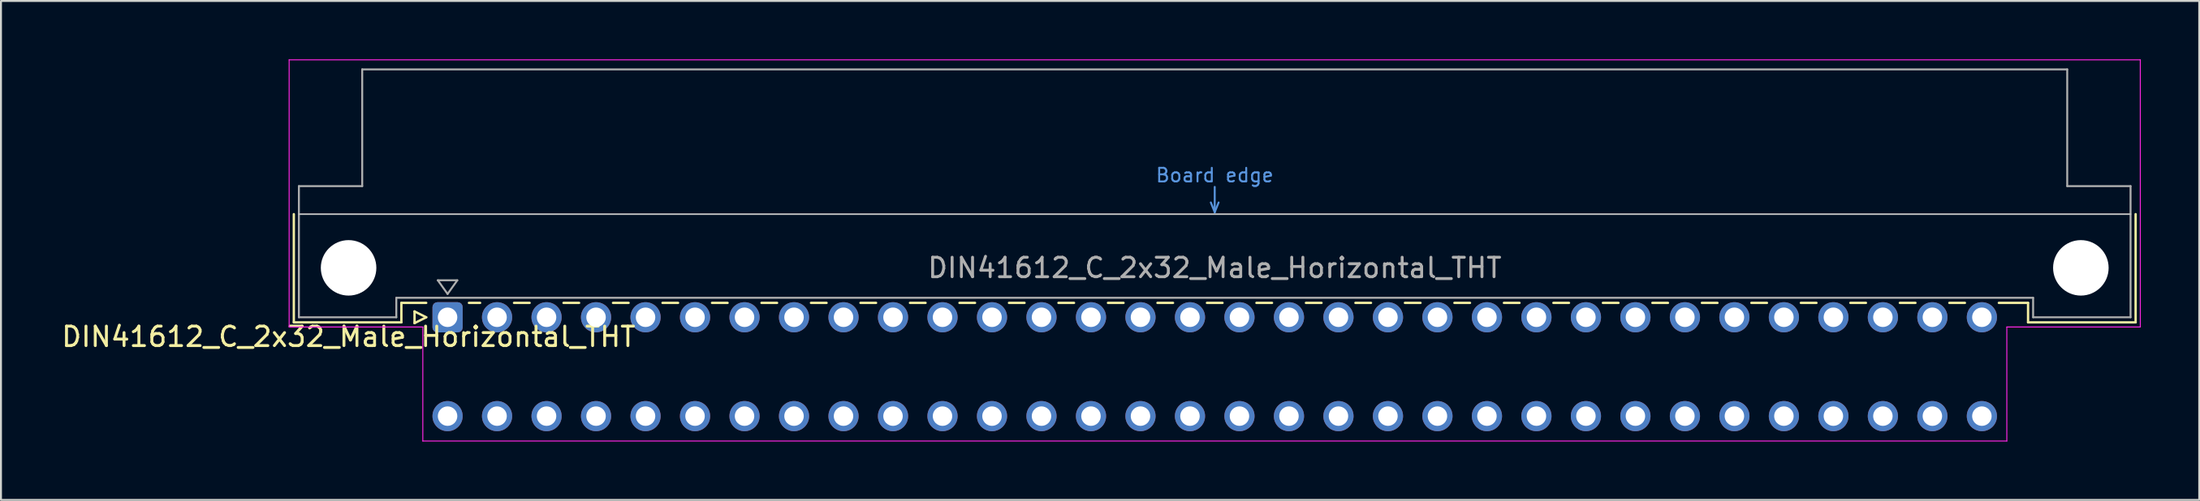
<source format=kicad_pcb>
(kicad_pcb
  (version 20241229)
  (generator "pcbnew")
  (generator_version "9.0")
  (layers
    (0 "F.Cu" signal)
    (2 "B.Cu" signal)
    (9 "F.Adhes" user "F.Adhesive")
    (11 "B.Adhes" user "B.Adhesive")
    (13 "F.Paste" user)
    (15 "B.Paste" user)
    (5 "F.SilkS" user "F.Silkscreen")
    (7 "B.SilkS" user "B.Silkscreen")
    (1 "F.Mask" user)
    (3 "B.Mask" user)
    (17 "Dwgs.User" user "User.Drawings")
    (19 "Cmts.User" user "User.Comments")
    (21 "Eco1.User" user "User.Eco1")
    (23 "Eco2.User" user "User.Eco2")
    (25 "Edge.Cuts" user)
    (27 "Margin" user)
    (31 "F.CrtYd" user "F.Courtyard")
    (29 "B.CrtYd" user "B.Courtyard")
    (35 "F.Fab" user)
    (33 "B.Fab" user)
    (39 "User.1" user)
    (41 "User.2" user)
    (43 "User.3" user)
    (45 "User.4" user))
  (footprint "DIN41612_C_2x32_Male_Horizontal_THT"
    (layer "F.Cu")
    (at 19.919 13.255)
    (property "Reference" "DIN41612_C_2x32_Male_Horizontal_THT" (at -5.08 1 0) (layer "F.SilkS") (effects (font (size 1 1) (thickness 0.15))))
    (attr through_hole)
    (fp_line (start -7.89 -5.3) (end -7.89 0.26) (stroke (width 0.12) (type solid)) (layer "F.SilkS"))
    (fp_line (start -7.89 0.26) (end -2.37 0.26) (stroke (width 0.12) (type solid)) (layer "F.SilkS"))
    (fp_line (start -2.371 -0.74) (end -1.095 -0.74) (stroke (width 0.12) (type solid)) (layer "F.SilkS"))
    (fp_line (start -2.37 0.26) (end -2.37 -0.74) (stroke (width 0.12) (type solid)) (layer "F.SilkS"))
    (fp_line (start -1.695 -0.3) (end -1.695 0.3) (stroke (width 0.12) (type solid)) (layer "F.SilkS"))
    (fp_line (start -1.695 0.3) (end -1.095 0) (stroke (width 0.12) (type solid)) (layer "F.SilkS"))
    (fp_line (start -1.095 0) (end -1.695 -0.3) (stroke (width 0.12) (type solid)) (layer "F.SilkS"))
    (fp_line (start 1.095 -0.74) (end 1.671 -0.74) (stroke (width 0.12) (type solid)) (layer "F.SilkS"))
    (fp_line (start 3.41 -0.74) (end 4.211 -0.74) (stroke (width 0.12) (type solid)) (layer "F.SilkS"))
    (fp_line (start 5.95 -0.74) (end 6.751 -0.74) (stroke (width 0.12) (type solid)) (layer "F.SilkS"))
    (fp_line (start 8.49 -0.74) (end 9.291 -0.74) (stroke (width 0.12) (type solid)) (layer "F.SilkS"))
    (fp_line (start 11.03 -0.74) (end 11.831 -0.74) (stroke (width 0.12) (type solid)) (layer "F.SilkS"))
    (fp_line (start 13.57 -0.74) (end 14.371 -0.74) (stroke (width 0.12) (type solid)) (layer "F.SilkS"))
    (fp_line (start 16.11 -0.74) (end 16.911 -0.74) (stroke (width 0.12) (type solid)) (layer "F.SilkS"))
    (fp_line (start 18.65 -0.74) (end 19.451 -0.74) (stroke (width 0.12) (type solid)) (layer "F.SilkS"))
    (fp_line (start 21.19 -0.74) (end 21.991 -0.74) (stroke (width 0.12) (type solid)) (layer "F.SilkS"))
    (fp_line (start 23.73 -0.74) (end 24.531 -0.74) (stroke (width 0.12) (type solid)) (layer "F.SilkS"))
    (fp_line (start 26.27 -0.74) (end 27.071 -0.74) (stroke (width 0.12) (type solid)) (layer "F.SilkS"))
    (fp_line (start 28.81 -0.74) (end 29.611 -0.74) (stroke (width 0.12) (type solid)) (layer "F.SilkS"))
    (fp_line (start 31.35 -0.74) (end 32.151 -0.74) (stroke (width 0.12) (type solid)) (layer "F.SilkS"))
    (fp_line (start 33.89 -0.74) (end 34.691 -0.74) (stroke (width 0.12) (type solid)) (layer "F.SilkS"))
    (fp_line (start 36.43 -0.74) (end 37.231 -0.74) (stroke (width 0.12) (type solid)) (layer "F.SilkS"))
    (fp_line (start 38.97 -0.74) (end 39.771 -0.74) (stroke (width 0.12) (type solid)) (layer "F.SilkS"))
    (fp_line (start 41.51 -0.74) (end 42.311 -0.74) (stroke (width 0.12) (type solid)) (layer "F.SilkS"))
    (fp_line (start 44.05 -0.74) (end 44.851 -0.74) (stroke (width 0.12) (type solid)) (layer "F.SilkS"))
    (fp_line (start 46.59 -0.74) (end 47.391 -0.74) (stroke (width 0.12) (type solid)) (layer "F.SilkS"))
    (fp_line (start 49.13 -0.74) (end 49.931 -0.74) (stroke (width 0.12) (type solid)) (layer "F.SilkS"))
    (fp_line (start 51.67 -0.74) (end 52.471 -0.74) (stroke (width 0.12) (type solid)) (layer "F.SilkS"))
    (fp_line (start 54.21 -0.74) (end 55.011 -0.74) (stroke (width 0.12) (type solid)) (layer "F.SilkS"))
    (fp_line (start 56.75 -0.74) (end 57.551 -0.74) (stroke (width 0.12) (type solid)) (layer "F.SilkS"))
    (fp_line (start 59.29 -0.74) (end 60.091 -0.74) (stroke (width 0.12) (type solid)) (layer "F.SilkS"))
    (fp_line (start 61.83 -0.74) (end 62.631 -0.74) (stroke (width 0.12) (type solid)) (layer "F.SilkS"))
    (fp_line (start 64.37 -0.74) (end 65.171 -0.74) (stroke (width 0.12) (type solid)) (layer "F.SilkS"))
    (fp_line (start 66.91 -0.74) (end 67.711 -0.74) (stroke (width 0.12) (type solid)) (layer "F.SilkS"))
    (fp_line (start 69.45 -0.74) (end 70.251 -0.74) (stroke (width 0.12) (type solid)) (layer "F.SilkS"))
    (fp_line (start 71.99 -0.74) (end 72.791 -0.74) (stroke (width 0.12) (type solid)) (layer "F.SilkS"))
    (fp_line (start 74.53 -0.74) (end 75.331 -0.74) (stroke (width 0.12) (type solid)) (layer "F.SilkS"))
    (fp_line (start 77.07 -0.74) (end 77.871 -0.74) (stroke (width 0.12) (type solid)) (layer "F.SilkS"))
    (fp_line (start 79.61 -0.74) (end 81.11 -0.74) (stroke (width 0.12) (type solid)) (layer "F.SilkS"))
    (fp_line (start 81.11 0.26) (end 81.11 -0.74) (stroke (width 0.12) (type solid)) (layer "F.SilkS"))
    (fp_line (start 86.63 -5.3) (end 86.63 0.26) (stroke (width 0.12) (type solid)) (layer "F.SilkS"))
    (fp_line (start 86.63 0.26) (end 81.11 0.26) (stroke (width 0.12) (type solid)) (layer "F.SilkS"))
    (fp_line (start -7.63 -5.3) (end 86.37 -5.3) (stroke (width 0.08) (type solid)) (layer "Dwgs.User"))
    (fp_line (start 39.17 -5.9) (end 39.37 -5.4) (stroke (width 0.1) (type solid)) (layer "Cmts.User"))
    (fp_line (start 39.37 -5.4) (end 39.37 -6.7) (stroke (width 0.1) (type solid)) (layer "Cmts.User"))
    (fp_line (start 39.37 -5.4) (end 39.57 -5.9) (stroke (width 0.1) (type solid)) (layer "Cmts.User"))
    (fp_line (start -8.13 -13.23) (end -8.13 0.5) (stroke (width 0.05) (type solid)) (layer "F.CrtYd"))
    (fp_line (start -8.13 0.5) (end -1.27 0.5) (stroke (width 0.05) (type solid)) (layer "F.CrtYd"))
    (fp_line (start -1.27 0.5) (end -1.27 6.36) (stroke (width 0.05) (type solid)) (layer "F.CrtYd"))
    (fp_line (start -1.27 6.36) (end 80.02 6.36) (stroke (width 0.05) (type solid)) (layer "F.CrtYd"))
    (fp_line (start 80.02 0.5) (end 86.87 0.5) (stroke (width 0.05) (type solid)) (layer "F.CrtYd"))
    (fp_line (start 80.02 6.36) (end 80.02 0.5) (stroke (width 0.05) (type solid)) (layer "F.CrtYd"))
    (fp_line (start 86.87 -13.23) (end -8.13 -13.23) (stroke (width 0.05) (type solid)) (layer "F.CrtYd"))
    (fp_line (start 86.87 0.5) (end 86.87 -13.23) (stroke (width 0.05) (type solid)) (layer "F.CrtYd"))
    (fp_line (start -7.63 -6.74) (end -7.63 0) (stroke (width 0.1) (type solid)) (layer "F.Fab"))
    (fp_line (start -7.63 0) (end -2.63 0) (stroke (width 0.1) (type solid)) (layer "F.Fab"))
    (fp_line (start -4.38 -12.74) (end -4.38 -6.74) (stroke (width 0.1) (type solid)) (layer "F.Fab"))
    (fp_line (start -4.38 -6.74) (end -7.63 -6.74) (stroke (width 0.1) (type solid)) (layer "F.Fab"))
    (fp_line (start -2.63 -1) (end 81.37 -1) (stroke (width 0.1) (type solid)) (layer "F.Fab"))
    (fp_line (start -2.63 0) (end -2.63 -1) (stroke (width 0.1) (type solid)) (layer "F.Fab"))
    (fp_line (start -0.5 -1.9) (end 0.5 -1.9) (stroke (width 0.1) (type solid)) (layer "F.Fab"))
    (fp_line (start 0 -1.2) (end -0.5 -1.9) (stroke (width 0.1) (type solid)) (layer "F.Fab"))
    (fp_line (start 0.5 -1.9) (end 0 -1.2) (stroke (width 0.1) (type solid)) (layer "F.Fab"))
    (fp_line (start 81.37 -1) (end 81.37 0) (stroke (width 0.1) (type solid)) (layer "F.Fab"))
    (fp_line (start 81.37 0) (end 86.37 0) (stroke (width 0.1) (type solid)) (layer "F.Fab"))
    (fp_line (start 83.12 -12.74) (end -4.38 -12.74) (stroke (width 0.1) (type solid)) (layer "F.Fab"))
    (fp_line (start 83.12 -6.74) (end 83.12 -12.74) (stroke (width 0.1) (type solid)) (layer "F.Fab"))
    (fp_line (start 86.37 -6.74) (end 83.12 -6.74) (stroke (width 0.1) (type solid)) (layer "F.Fab"))
    (fp_line (start 86.37 0) (end 86.37 -6.74) (stroke (width 0.1) (type solid)) (layer "F.Fab"))
    (fp_text user "Board edge" (at 39.37 -7.3 0) (layer "Cmts.User") (effects (font (size 0.7 0.7) (thickness 0.1))))
    (fp_text user "${REFERENCE}" (at 39.37 -2.54 0) (layer "F.Fab") (effects (font (size 1 1) (thickness 0.15))))
    (pad "" np_thru_hole circle (at -5.08 -2.54) (size 2.85 2.85) (drill 2.85) (layers "*.Cu" "*.Mask"))
    (pad "" np_thru_hole circle (at 83.82 -2.54) (size 2.85 2.85) (drill 2.85) (layers "*.Cu" "*.Mask"))
    (pad "a1" thru_hole roundrect (at 0 0) (size 1.55 1.55) (drill 1) (layers "*.Cu" "*.Mask") (roundrect_rratio 0.161))
    (pad "a2" thru_hole circle (at 2.54 0) (size 1.55 1.55) (drill 1) (layers "*.Cu" "*.Mask"))
    (pad "a3" thru_hole circle (at 5.08 0) (size 1.55 1.55) (drill 1) (layers "*.Cu" "*.Mask"))
    (pad "a4" thru_hole circle (at 7.62 0) (size 1.55 1.55) (drill 1) (layers "*.Cu" "*.Mask"))
    (pad "a5" thru_hole circle (at 10.16 0) (size 1.55 1.55) (drill 1) (layers "*.Cu" "*.Mask"))
    (pad "a6" thru_hole circle (at 12.7 0) (size 1.55 1.55) (drill 1) (layers "*.Cu" "*.Mask"))
    (pad "a7" thru_hole circle (at 15.24 0) (size 1.55 1.55) (drill 1) (layers "*.Cu" "*.Mask"))
    (pad "a8" thru_hole circle (at 17.78 0) (size 1.55 1.55) (drill 1) (layers "*.Cu" "*.Mask"))
    (pad "a9" thru_hole circle (at 20.32 0) (size 1.55 1.55) (drill 1) (layers "*.Cu" "*.Mask"))
    (pad "a10" thru_hole circle (at 22.86 0) (size 1.55 1.55) (drill 1) (layers "*.Cu" "*.Mask"))
    (pad "a11" thru_hole circle (at 25.4 0) (size 1.55 1.55) (drill 1) (layers "*.Cu" "*.Mask"))
    (pad "a12" thru_hole circle (at 27.94 0) (size 1.55 1.55) (drill 1) (layers "*.Cu" "*.Mask"))
    (pad "a13" thru_hole circle (at 30.48 0) (size 1.55 1.55) (drill 1) (layers "*.Cu" "*.Mask"))
    (pad "a14" thru_hole circle (at 33.02 0) (size 1.55 1.55) (drill 1) (layers "*.Cu" "*.Mask"))
    (pad "a15" thru_hole circle (at 35.56 0) (size 1.55 1.55) (drill 1) (layers "*.Cu" "*.Mask"))
    (pad "a16" thru_hole circle (at 38.1 0) (size 1.55 1.55) (drill 1) (layers "*.Cu" "*.Mask"))
    (pad "a17" thru_hole circle (at 40.64 0) (size 1.55 1.55) (drill 1) (layers "*.Cu" "*.Mask"))
    (pad "a18" thru_hole circle (at 43.18 0) (size 1.55 1.55) (drill 1) (layers "*.Cu" "*.Mask"))
    (pad "a19" thru_hole circle (at 45.72 0) (size 1.55 1.55) (drill 1) (layers "*.Cu" "*.Mask"))
    (pad "a20" thru_hole circle (at 48.26 0) (size 1.55 1.55) (drill 1) (layers "*.Cu" "*.Mask"))
    (pad "a21" thru_hole circle (at 50.8 0) (size 1.55 1.55) (drill 1) (layers "*.Cu" "*.Mask"))
    (pad "a22" thru_hole circle (at 53.34 0) (size 1.55 1.55) (drill 1) (layers "*.Cu" "*.Mask"))
    (pad "a23" thru_hole circle (at 55.88 0) (size 1.55 1.55) (drill 1) (layers "*.Cu" "*.Mask"))
    (pad "a24" thru_hole circle (at 58.42 0) (size 1.55 1.55) (drill 1) (layers "*.Cu" "*.Mask"))
    (pad "a25" thru_hole circle (at 60.96 0) (size 1.55 1.55) (drill 1) (layers "*.Cu" "*.Mask"))
    (pad "a26" thru_hole circle (at 63.5 0) (size 1.55 1.55) (drill 1) (layers "*.Cu" "*.Mask"))
    (pad "a27" thru_hole circle (at 66.04 0) (size 1.55 1.55) (drill 1) (layers "*.Cu" "*.Mask"))
    (pad "a28" thru_hole circle (at 68.58 0) (size 1.55 1.55) (drill 1) (layers "*.Cu" "*.Mask"))
    (pad "a29" thru_hole circle (at 71.12 0) (size 1.55 1.55) (drill 1) (layers "*.Cu" "*.Mask"))
    (pad "a30" thru_hole circle (at 73.66 0) (size 1.55 1.55) (drill 1) (layers "*.Cu" "*.Mask"))
    (pad "a31" thru_hole circle (at 76.2 0) (size 1.55 1.55) (drill 1) (layers "*.Cu" "*.Mask"))
    (pad "a32" thru_hole circle (at 78.74 0) (size 1.55 1.55) (drill 1) (layers "*.Cu" "*.Mask"))
    (pad "c1" thru_hole circle (at 0 5.08) (size 1.55 1.55) (drill 1) (layers "*.Cu" "*.Mask"))
    (pad "c2" thru_hole circle (at 2.54 5.08) (size 1.55 1.55) (drill 1) (layers "*.Cu" "*.Mask"))
    (pad "c3" thru_hole circle (at 5.08 5.08) (size 1.55 1.55) (drill 1) (layers "*.Cu" "*.Mask"))
    (pad "c4" thru_hole circle (at 7.62 5.08) (size 1.55 1.55) (drill 1) (layers "*.Cu" "*.Mask"))
    (pad "c5" thru_hole circle (at 10.16 5.08) (size 1.55 1.55) (drill 1) (layers "*.Cu" "*.Mask"))
    (pad "c6" thru_hole circle (at 12.7 5.08) (size 1.55 1.55) (drill 1) (layers "*.Cu" "*.Mask"))
    (pad "c7" thru_hole circle (at 15.24 5.08) (size 1.55 1.55) (drill 1) (layers "*.Cu" "*.Mask"))
    (pad "c8" thru_hole circle (at 17.78 5.08) (size 1.55 1.55) (drill 1) (layers "*.Cu" "*.Mask"))
    (pad "c9" thru_hole circle (at 20.32 5.08) (size 1.55 1.55) (drill 1) (layers "*.Cu" "*.Mask"))
    (pad "c10" thru_hole circle (at 22.86 5.08) (size 1.55 1.55) (drill 1) (layers "*.Cu" "*.Mask"))
    (pad "c11" thru_hole circle (at 25.4 5.08) (size 1.55 1.55) (drill 1) (layers "*.Cu" "*.Mask"))
    (pad "c12" thru_hole circle (at 27.94 5.08) (size 1.55 1.55) (drill 1) (layers "*.Cu" "*.Mask"))
    (pad "c13" thru_hole circle (at 30.48 5.08) (size 1.55 1.55) (drill 1) (layers "*.Cu" "*.Mask"))
    (pad "c14" thru_hole circle (at 33.02 5.08) (size 1.55 1.55) (drill 1) (layers "*.Cu" "*.Mask"))
    (pad "c15" thru_hole circle (at 35.56 5.08) (size 1.55 1.55) (drill 1) (layers "*.Cu" "*.Mask"))
    (pad "c16" thru_hole circle (at 38.1 5.08) (size 1.55 1.55) (drill 1) (layers "*.Cu" "*.Mask"))
    (pad "c17" thru_hole circle (at 40.64 5.08) (size 1.55 1.55) (drill 1) (layers "*.Cu" "*.Mask"))
    (pad "c18" thru_hole circle (at 43.18 5.08) (size 1.55 1.55) (drill 1) (layers "*.Cu" "*.Mask"))
    (pad "c19" thru_hole circle (at 45.72 5.08) (size 1.55 1.55) (drill 1) (layers "*.Cu" "*.Mask"))
    (pad "c20" thru_hole circle (at 48.26 5.08) (size 1.55 1.55) (drill 1) (layers "*.Cu" "*.Mask"))
    (pad "c21" thru_hole circle (at 50.8 5.08) (size 1.55 1.55) (drill 1) (layers "*.Cu" "*.Mask"))
    (pad "c22" thru_hole circle (at 53.34 5.08) (size 1.55 1.55) (drill 1) (layers "*.Cu" "*.Mask"))
    (pad "c23" thru_hole circle (at 55.88 5.08) (size 1.55 1.55) (drill 1) (layers "*.Cu" "*.Mask"))
    (pad "c24" thru_hole circle (at 58.42 5.08) (size 1.55 1.55) (drill 1) (layers "*.Cu" "*.Mask"))
    (pad "c25" thru_hole circle (at 60.96 5.08) (size 1.55 1.55) (drill 1) (layers "*.Cu" "*.Mask"))
    (pad "c26" thru_hole circle (at 63.5 5.08) (size 1.55 1.55) (drill 1) (layers "*.Cu" "*.Mask"))
    (pad "c27" thru_hole circle (at 66.04 5.08) (size 1.55 1.55) (drill 1) (layers "*.Cu" "*.Mask"))
    (pad "c28" thru_hole circle (at 68.58 5.08) (size 1.55 1.55) (drill 1) (layers "*.Cu" "*.Mask"))
    (pad "c29" thru_hole circle (at 71.12 5.08) (size 1.55 1.55) (drill 1) (layers "*.Cu" "*.Mask"))
    (pad "c30" thru_hole circle (at 73.66 5.08) (size 1.55 1.55) (drill 1) (layers "*.Cu" "*.Mask"))
    (pad "c31" thru_hole circle (at 76.2 5.08) (size 1.55 1.55) (drill 1) (layers "*.Cu" "*.Mask"))
    (pad "c32" thru_hole circle (at 78.74 5.08) (size 1.55 1.55) (drill 1) (layers "*.Cu" "*.Mask")))
  (gr_rect
    (start -3 -3)
    (end 109.814 22.64)
    (stroke (width 0.1) (type default))
    (fill no)
    (layer "Edge.Cuts")))
</source>
